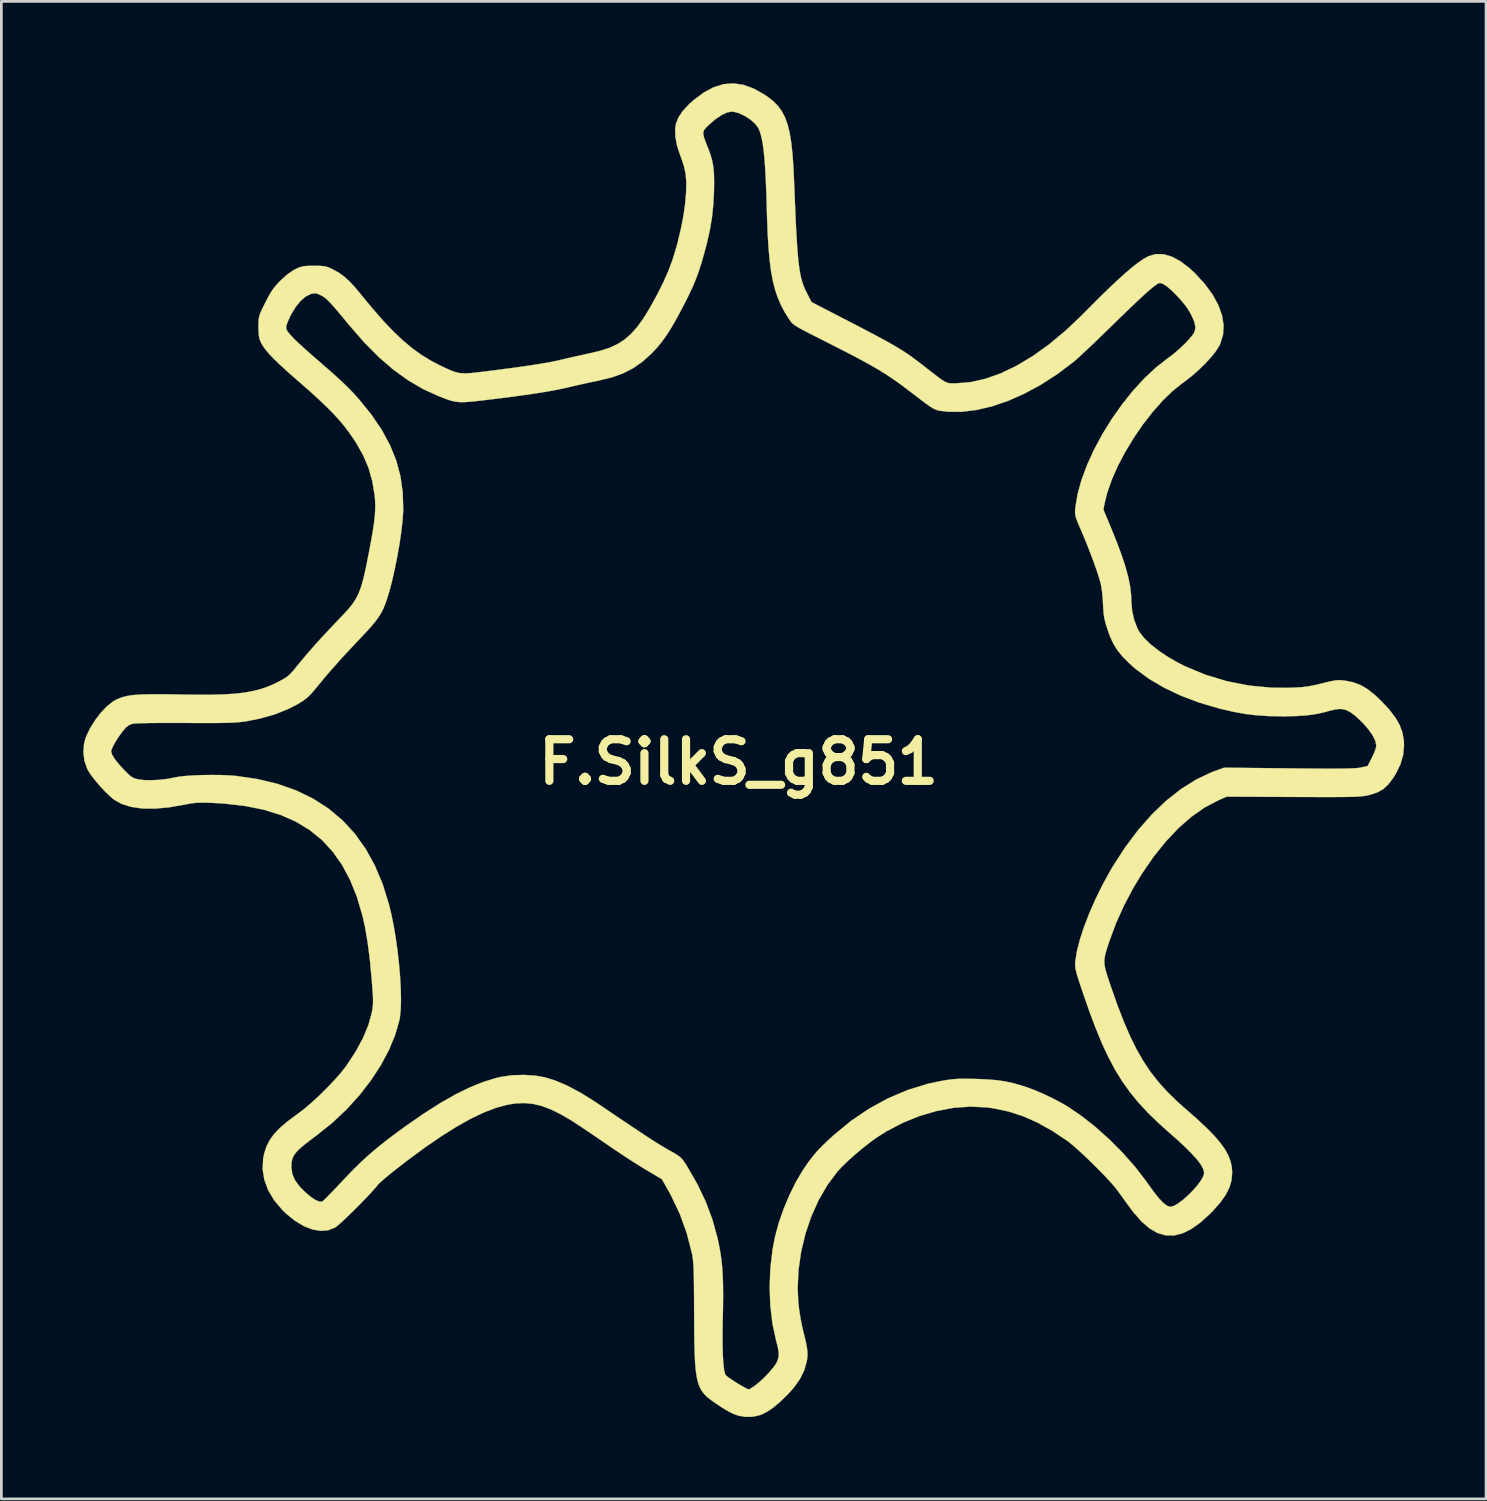
<source format=kicad_pcb>
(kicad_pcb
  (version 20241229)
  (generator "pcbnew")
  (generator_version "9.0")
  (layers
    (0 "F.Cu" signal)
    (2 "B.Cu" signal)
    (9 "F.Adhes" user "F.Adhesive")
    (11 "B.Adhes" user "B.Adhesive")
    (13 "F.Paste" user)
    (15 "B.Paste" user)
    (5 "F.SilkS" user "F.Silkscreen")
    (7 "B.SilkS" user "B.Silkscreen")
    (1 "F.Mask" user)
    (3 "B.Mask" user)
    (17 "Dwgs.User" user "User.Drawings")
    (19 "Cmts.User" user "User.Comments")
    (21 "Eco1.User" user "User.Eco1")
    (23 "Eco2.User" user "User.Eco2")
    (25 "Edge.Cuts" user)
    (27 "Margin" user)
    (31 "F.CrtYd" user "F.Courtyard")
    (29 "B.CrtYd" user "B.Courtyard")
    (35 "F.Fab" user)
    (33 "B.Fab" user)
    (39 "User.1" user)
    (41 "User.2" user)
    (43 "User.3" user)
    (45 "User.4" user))
  (footprint "F.SilkS_g851"
    (layer "F.Cu")
    (at 24.009 24.87)
    (property "Reference" "F.SilkS_g851" (at 0 0 0) (layer "F.SilkS") (effects (font (size 1.524 1.524) (thickness 0.3))))
    (attr through_hole)
    (fp_poly (pts (xy 0.18 -24.811) (xy 0.558 -24.674) (xy 0.948 -24.454) (xy 1.084 -24.361) (xy 1.28 -24.206) (xy 1.447 -24.035) (xy 1.587 -23.842) (xy 1.704 -23.618) (xy 1.799 -23.355) (xy 1.875 -23.045) (xy 1.934 -22.68) (xy 1.98 -22.253) (xy 2.014 -21.756) (xy 2.033 -21.336) (xy 2.059 -20.702) (xy 2.082 -20.145) (xy 2.104 -19.66) (xy 2.127 -19.239) (xy 2.149 -18.877) (xy 2.174 -18.567) (xy 2.2 -18.303) (xy 2.229 -18.076) (xy 2.263 -17.882) (xy 2.3 -17.714) (xy 2.344 -17.565) (xy 2.393 -17.428) (xy 2.449 -17.296) (xy 2.514 -17.165) (xy 2.55 -17.093) (xy 2.677 -16.851) (xy 4.059 -16.137) (xy 4.505 -15.905) (xy 4.884 -15.706) (xy 5.205 -15.535) (xy 5.478 -15.387) (xy 5.71 -15.255) (xy 5.91 -15.136) (xy 6.088 -15.023) (xy 6.252 -14.912) (xy 6.412 -14.798) (xy 6.575 -14.675) (xy 6.655 -14.613) (xy 6.93 -14.398) (xy 7.147 -14.23) (xy 7.315 -14.102) (xy 7.446 -14.008) (xy 7.548 -13.944) (xy 7.631 -13.904) (xy 7.705 -13.883) (xy 7.779 -13.874) (xy 7.864 -13.874) (xy 7.969 -13.875) (xy 7.971 -13.875) (xy 8.499 -13.918) (xy 9.046 -14.041) (xy 9.611 -14.242) (xy 10.188 -14.519) (xy 10.775 -14.87) (xy 11.368 -15.294) (xy 11.964 -15.788) (xy 12.561 -16.351) (xy 12.636 -16.428) (xy 13.088 -16.883) (xy 13.488 -17.277) (xy 13.84 -17.612) (xy 14.149 -17.893) (xy 14.417 -18.121) (xy 14.648 -18.302) (xy 14.846 -18.436) (xy 15.014 -18.529) (xy 15.022 -18.533) (xy 15.289 -18.61) (xy 15.573 -18.605) (xy 15.873 -18.518) (xy 16.187 -18.35) (xy 16.516 -18.101) (xy 16.718 -17.914) (xy 17.081 -17.52) (xy 17.369 -17.128) (xy 17.581 -16.742) (xy 17.716 -16.365) (xy 17.774 -16.001) (xy 17.752 -15.652) (xy 17.649 -15.321) (xy 17.609 -15.238) (xy 17.489 -15.05) (xy 17.312 -14.83) (xy 17.095 -14.595) (xy 16.851 -14.357) (xy 16.596 -14.134) (xy 16.344 -13.939) (xy 16.298 -13.907) (xy 15.926 -13.613) (xy 15.549 -13.25) (xy 15.176 -12.83) (xy 14.815 -12.365) (xy 14.476 -11.871) (xy 14.167 -11.359) (xy 13.896 -10.843) (xy 13.673 -10.337) (xy 13.505 -9.853) (xy 13.419 -9.503) (xy 13.37 -9.249) (xy 13.644 -8.592) (xy 13.861 -8.053) (xy 14.038 -7.578) (xy 14.176 -7.158) (xy 14.278 -6.784) (xy 14.346 -6.446) (xy 14.384 -6.137) (xy 14.393 -5.894) (xy 14.422 -5.539) (xy 14.501 -5.191) (xy 14.624 -4.88) (xy 14.687 -4.768) (xy 14.854 -4.55) (xy 15.092 -4.318) (xy 15.389 -4.083) (xy 15.733 -3.852) (xy 16.112 -3.634) (xy 16.357 -3.51) (xy 17.109 -3.197) (xy 17.893 -2.961) (xy 18.7 -2.802) (xy 19.521 -2.724) (xy 20.143 -2.719) (xy 20.426 -2.729) (xy 20.654 -2.744) (xy 20.853 -2.768) (xy 21.053 -2.805) (xy 21.281 -2.857) (xy 21.372 -2.88) (xy 21.604 -2.936) (xy 21.774 -2.974) (xy 21.904 -2.994) (xy 22.015 -2.999) (xy 22.127 -2.992) (xy 22.254 -2.976) (xy 22.532 -2.918) (xy 22.786 -2.823) (xy 23.031 -2.681) (xy 23.284 -2.484) (xy 23.54 -2.245) (xy 23.837 -1.927) (xy 24.063 -1.634) (xy 24.225 -1.353) (xy 24.327 -1.073) (xy 24.377 -0.783) (xy 24.384 -0.613) (xy 24.352 -0.259) (xy 24.251 0.087) (xy 24.077 0.438) (xy 23.986 0.584) (xy 23.811 0.817) (xy 23.631 0.986) (xy 23.421 1.107) (xy 23.157 1.196) (xy 23.07 1.217) (xy 22.996 1.233) (xy 22.915 1.247) (xy 22.82 1.257) (xy 22.703 1.266) (xy 22.557 1.273) (xy 22.375 1.278) (xy 22.15 1.281) (xy 21.874 1.283) (xy 21.54 1.284) (xy 21.141 1.283) (xy 20.67 1.281) (xy 20.32 1.28) (xy 17.886 1.268) (xy 17.563 1.411) (xy 17.076 1.667) (xy 16.594 2.005) (xy 16.119 2.421) (xy 15.656 2.911) (xy 15.207 3.471) (xy 14.775 4.098) (xy 14.46 4.621) (xy 14.121 5.263) (xy 13.825 5.922) (xy 13.588 6.562) (xy 13.508 6.805) (xy 13.45 6.999) (xy 13.415 7.159) (xy 13.402 7.305) (xy 13.413 7.453) (xy 13.448 7.62) (xy 13.508 7.823) (xy 13.594 8.081) (xy 13.649 8.243) (xy 13.885 8.915) (xy 14.116 9.512) (xy 14.346 10.045) (xy 14.582 10.523) (xy 14.83 10.955) (xy 15.094 11.351) (xy 15.383 11.72) (xy 15.7 12.073) (xy 16.052 12.418) (xy 16.377 12.708) (xy 16.789 13.069) (xy 17.134 13.391) (xy 17.418 13.679) (xy 17.644 13.941) (xy 17.819 14.183) (xy 17.945 14.41) (xy 18.029 14.63) (xy 18.075 14.849) (xy 18.087 15.05) (xy 18.063 15.323) (xy 17.986 15.589) (xy 17.851 15.857) (xy 17.652 16.138) (xy 17.384 16.442) (xy 17.289 16.539) (xy 16.933 16.865) (xy 16.593 17.109) (xy 16.267 17.27) (xy 15.952 17.347) (xy 15.646 17.342) (xy 15.346 17.254) (xy 15.051 17.082) (xy 14.757 16.826) (xy 14.462 16.487) (xy 14.377 16.374) (xy 14.234 16.179) (xy 14.09 15.98) (xy 13.961 15.803) (xy 13.876 15.685) (xy 13.759 15.537) (xy 13.59 15.347) (xy 13.382 15.126) (xy 13.15 14.889) (xy 12.905 14.647) (xy 12.661 14.413) (xy 12.43 14.201) (xy 12.226 14.023) (xy 12.061 13.891) (xy 12.034 13.871) (xy 11.48 13.504) (xy 10.949 13.208) (xy 10.428 12.978) (xy 9.903 12.808) (xy 9.363 12.692) (xy 9.087 12.654) (xy 8.495 12.625) (xy 7.881 12.67) (xy 7.255 12.787) (xy 6.629 12.971) (xy 6.015 13.22) (xy 5.423 13.53) (xy 5.051 13.767) (xy 4.809 13.943) (xy 4.545 14.151) (xy 4.278 14.375) (xy 4.025 14.6) (xy 3.806 14.81) (xy 3.638 14.988) (xy 3.63 14.998) (xy 3.261 15.491) (xy 2.939 16.044) (xy 2.668 16.646) (xy 2.452 17.283) (xy 2.294 17.943) (xy 2.197 18.615) (xy 2.167 19.285) (xy 2.191 19.802) (xy 2.224 20.082) (xy 2.273 20.39) (xy 2.33 20.682) (xy 2.365 20.828) (xy 2.437 21.119) (xy 2.487 21.347) (xy 2.517 21.527) (xy 2.527 21.676) (xy 2.522 21.812) (xy 2.502 21.952) (xy 2.502 21.952) (xy 2.407 22.289) (xy 2.246 22.615) (xy 2.012 22.94) (xy 1.788 23.186) (xy 1.519 23.447) (xy 1.282 23.646) (xy 1.065 23.795) (xy 0.855 23.902) (xy 0.797 23.925) (xy 0.539 23.986) (xy 0.256 23.994) (xy -0.012 23.947) (xy -0.021 23.944) (xy -0.167 23.892) (xy -0.312 23.824) (xy -0.476 23.732) (xy -0.675 23.606) (xy -0.86 23.481) (xy -1.012 23.373) (xy -1.143 23.269) (xy -1.253 23.162) (xy -1.345 23.044) (xy -1.42 22.908) (xy -1.48 22.747) (xy -1.528 22.553) (xy -1.563 22.32) (xy -1.589 22.04) (xy -1.606 21.705) (xy -1.617 21.309) (xy -1.623 20.844) (xy -1.626 20.303) (xy -1.627 20.193) (xy -1.628 19.735) (xy -1.631 19.353) (xy -1.634 19.037) (xy -1.639 18.78) (xy -1.646 18.572) (xy -1.655 18.404) (xy -1.666 18.267) (xy -1.68 18.153) (xy -1.696 18.053) (xy -1.707 18) (xy -1.897 17.263) (xy -2.145 16.573) (xy -2.459 15.908) (xy -2.574 15.697) (xy -2.807 15.285) (xy -3.34 14.97) (xy -3.577 14.826) (xy -3.853 14.653) (xy -4.136 14.47) (xy -4.397 14.297) (xy -4.453 14.259) (xy -4.697 14.093) (xy -4.982 13.899) (xy -5.279 13.696) (xy -5.561 13.505) (xy -5.681 13.423) (xy -6.127 13.131) (xy -6.526 12.899) (xy -6.888 12.722) (xy -7.223 12.598) (xy -7.541 12.523) (xy -7.853 12.495) (xy -8.169 12.509) (xy -8.458 12.555) (xy -8.867 12.664) (xy -9.313 12.833) (xy -9.796 13.062) (xy -10.32 13.354) (xy -10.886 13.709) (xy -11.496 14.128) (xy -12.153 14.613) (xy -12.645 14.995) (xy -12.825 15.14) (xy -12.987 15.277) (xy -13.116 15.391) (xy -13.198 15.471) (xy -13.21 15.485) (xy -13.321 15.619) (xy -13.473 15.788) (xy -13.654 15.98) (xy -13.853 16.186) (xy -14.059 16.393) (xy -14.261 16.591) (xy -14.447 16.769) (xy -14.607 16.915) (xy -14.729 17.018) (xy -14.791 17.062) (xy -15.039 17.157) (xy -15.315 17.178) (xy -15.613 17.126) (xy -15.924 17.005) (xy -16.241 16.816) (xy -16.558 16.563) (xy -16.709 16.417) (xy -17.01 16.061) (xy -17.233 15.689) (xy -17.375 15.305) (xy -17.437 14.913) (xy -17.416 14.518) (xy -17.376 14.331) (xy -17.295 14.085) (xy -17.181 13.858) (xy -17.026 13.641) (xy -16.82 13.423) (xy -16.556 13.194) (xy -16.224 12.944) (xy -16.148 12.89) (xy -15.909 12.708) (xy -15.638 12.476) (xy -15.352 12.211) (xy -15.068 11.93) (xy -14.801 11.65) (xy -14.568 11.386) (xy -14.386 11.154) (xy -14.379 11.144) (xy -14.03 10.614) (xy -13.758 10.113) (xy -13.561 9.637) (xy -13.44 9.196) (xy -13.416 9.071) (xy -13.4 8.958) (xy -13.392 8.842) (xy -13.391 8.706) (xy -13.398 8.536) (xy -13.413 8.315) (xy -13.435 8.027) (xy -13.438 7.99) (xy -13.505 7.267) (xy -13.587 6.625) (xy -13.682 6.062) (xy -13.777 5.634) (xy -13.981 4.945) (xy -14.23 4.325) (xy -14.525 3.772) (xy -14.869 3.283) (xy -15.264 2.857) (xy -15.713 2.492) (xy -16.217 2.186) (xy -16.779 1.938) (xy -17.402 1.746) (xy -18.087 1.609) (xy -18.838 1.523) (xy -19.241 1.499) (xy -19.508 1.49) (xy -19.716 1.488) (xy -19.887 1.496) (xy -20.045 1.515) (xy -20.215 1.545) (xy -20.288 1.56) (xy -20.862 1.661) (xy -21.385 1.708) (xy -21.852 1.702) (xy -22.263 1.642) (xy -22.612 1.53) (xy -22.871 1.385) (xy -23.026 1.257) (xy -23.206 1.083) (xy -23.394 0.881) (xy -23.573 0.671) (xy -23.726 0.472) (xy -23.836 0.303) (xy -23.856 0.266) (xy -23.963 -0.033) (xy -24.004 -0.358) (xy -24.002 -0.385) (xy -22.987 -0.385) (xy -22.954 -0.274) (xy -22.86 -0.118) (xy -22.709 0.074) (xy -22.512 0.29) (xy -22.373 0.431) (xy -22.268 0.523) (xy -22.175 0.58) (xy -22.074 0.616) (xy -21.983 0.637) (xy -21.769 0.663) (xy -21.501 0.667) (xy -21.207 0.652) (xy -20.917 0.617) (xy -20.659 0.566) (xy -20.482 0.535) (xy -20.239 0.509) (xy -19.948 0.49) (xy -19.626 0.478) (xy -19.292 0.474) (xy -18.964 0.477) (xy -18.661 0.49) (xy -18.424 0.508) (xy -17.629 0.623) (xy -16.892 0.8) (xy -16.212 1.039) (xy -15.589 1.341) (xy -15.024 1.705) (xy -14.514 2.132) (xy -14.061 2.623) (xy -13.664 3.177) (xy -13.323 3.795) (xy -13.037 4.477) (xy -12.806 5.223) (xy -12.724 5.559) (xy -12.635 5.995) (xy -12.558 6.457) (xy -12.492 6.932) (xy -12.439 7.406) (xy -12.4 7.868) (xy -12.376 8.305) (xy -12.367 8.703) (xy -12.376 9.05) (xy -12.403 9.333) (xy -12.421 9.44) (xy -12.576 9.987) (xy -12.806 10.545) (xy -13.105 11.107) (xy -13.467 11.662) (xy -13.885 12.203) (xy -14.354 12.72) (xy -14.866 13.204) (xy -15.416 13.647) (xy -15.416 13.648) (xy -15.702 13.861) (xy -15.926 14.037) (xy -16.095 14.183) (xy -16.217 14.309) (xy -16.299 14.425) (xy -16.349 14.54) (xy -16.374 14.662) (xy -16.382 14.803) (xy -16.383 14.847) (xy -16.351 15.084) (xy -16.255 15.314) (xy -16.087 15.547) (xy -15.884 15.754) (xy -15.681 15.926) (xy -15.503 16.045) (xy -15.358 16.106) (xy -15.255 16.105) (xy -15.243 16.099) (xy -15.197 16.058) (xy -15.101 15.964) (xy -14.965 15.825) (xy -14.798 15.652) (xy -14.608 15.452) (xy -14.457 15.292) (xy -14.143 14.964) (xy -13.845 14.671) (xy -13.548 14.397) (xy -13.237 14.132) (xy -12.895 13.86) (xy -12.509 13.569) (xy -12.15 13.309) (xy -11.507 12.865) (xy -10.911 12.486) (xy -10.355 12.171) (xy -9.834 11.916) (xy -9.345 11.719) (xy -8.881 11.577) (xy -8.7 11.535) (xy -8.292 11.477) (xy -7.854 11.464) (xy -7.421 11.495) (xy -7.091 11.553) (xy -6.7 11.675) (xy -6.266 11.863) (xy -5.795 12.113) (xy -5.294 12.423) (xy -5.165 12.509) (xy -4.703 12.822) (xy -4.304 13.091) (xy -3.963 13.32) (xy -3.672 13.514) (xy -3.425 13.678) (xy -3.216 13.814) (xy -3.038 13.928) (xy -2.885 14.024) (xy -2.75 14.105) (xy -2.627 14.177) (xy -2.55 14.221) (xy -2.358 14.329) (xy -2.223 14.413) (xy -2.125 14.488) (xy -2.046 14.572) (xy -1.968 14.681) (xy -1.877 14.825) (xy -1.5 15.482) (xy -1.194 16.126) (xy -0.953 16.774) (xy -0.769 17.445) (xy -0.724 17.653) (xy -0.672 17.93) (xy -0.631 18.203) (xy -0.601 18.485) (xy -0.58 18.789) (xy -0.568 19.128) (xy -0.564 19.516) (xy -0.568 19.965) (xy -0.575 20.339) (xy -0.584 20.889) (xy -0.583 21.356) (xy -0.574 21.742) (xy -0.555 22.05) (xy -0.527 22.279) (xy -0.489 22.433) (xy -0.483 22.448) (xy -0.438 22.495) (xy -0.336 22.571) (xy -0.198 22.665) (xy -0.042 22.764) (xy 0.113 22.857) (xy 0.249 22.932) (xy 0.347 22.978) (xy 0.381 22.987) (xy 0.429 22.964) (xy 0.522 22.905) (xy 0.597 22.853) (xy 0.758 22.724) (xy 0.933 22.562) (xy 1.103 22.386) (xy 1.251 22.215) (xy 1.361 22.066) (xy 1.403 21.992) (xy 1.451 21.869) (xy 1.473 21.75) (xy 1.47 21.615) (xy 1.44 21.444) (xy 1.382 21.215) (xy 1.376 21.194) (xy 1.244 20.581) (xy 1.165 19.921) (xy 1.14 19.233) (xy 1.168 18.536) (xy 1.25 17.85) (xy 1.336 17.399) (xy 1.47 16.901) (xy 1.65 16.382) (xy 1.865 15.868) (xy 2.104 15.385) (xy 2.356 14.957) (xy 2.389 14.908) (xy 2.558 14.664) (xy 2.716 14.456) (xy 2.879 14.263) (xy 3.065 14.069) (xy 3.289 13.853) (xy 3.471 13.686) (xy 4.108 13.16) (xy 4.78 12.704) (xy 5.48 12.321) (xy 6.203 12.015) (xy 6.943 11.787) (xy 7.465 11.678) (xy 7.676 11.644) (xy 7.863 11.621) (xy 8.05 11.608) (xy 8.259 11.604) (xy 8.513 11.607) (xy 8.742 11.613) (xy 9.135 11.63) (xy 9.469 11.658) (xy 9.769 11.702) (xy 10.059 11.765) (xy 10.365 11.851) (xy 10.566 11.916) (xy 10.853 12.024) (xy 11.181 12.165) (xy 11.518 12.326) (xy 11.836 12.494) (xy 12.044 12.614) (xy 12.554 12.959) (xy 13.074 13.368) (xy 13.588 13.828) (xy 14.08 14.322) (xy 14.533 14.836) (xy 14.931 15.353) (xy 14.996 15.446) (xy 15.222 15.76) (xy 15.415 15.999) (xy 15.579 16.167) (xy 15.714 16.266) (xy 15.825 16.298) (xy 15.826 16.298) (xy 15.95 16.265) (xy 16.107 16.175) (xy 16.286 16.041) (xy 16.473 15.876) (xy 16.653 15.693) (xy 16.816 15.506) (xy 16.946 15.328) (xy 17.032 15.172) (xy 17.06 15.058) (xy 17.035 14.929) (xy 16.955 14.773) (xy 16.819 14.586) (xy 16.623 14.366) (xy 16.365 14.107) (xy 16.041 13.808) (xy 15.79 13.588) (xy 15.366 13.207) (xy 14.986 12.836) (xy 14.645 12.467) (xy 14.337 12.089) (xy 14.056 11.694) (xy 13.795 11.27) (xy 13.55 10.81) (xy 13.314 10.304) (xy 13.082 9.741) (xy 12.846 9.113) (xy 12.631 8.493) (xy 12.529 8.192) (xy 12.453 7.959) (xy 12.398 7.782) (xy 12.362 7.646) (xy 12.341 7.541) (xy 12.333 7.453) (xy 12.334 7.37) (xy 12.341 7.29) (xy 12.402 6.92) (xy 12.51 6.497) (xy 12.662 6.033) (xy 12.853 5.539) (xy 13.077 5.029) (xy 13.33 4.514) (xy 13.608 4.007) (xy 13.702 3.845) (xy 14.158 3.137) (xy 14.64 2.494) (xy 15.144 1.921) (xy 15.668 1.42) (xy 16.208 0.994) (xy 16.762 0.646) (xy 17.326 0.378) (xy 17.483 0.319) (xy 17.799 0.207) (xy 20.171 0.232) (xy 20.712 0.238) (xy 21.175 0.241) (xy 21.566 0.243) (xy 21.892 0.243) (xy 22.158 0.241) (xy 22.371 0.236) (xy 22.537 0.23) (xy 22.663 0.221) (xy 22.756 0.21) (xy 22.796 0.203) (xy 23.05 0.148) (xy 23.209 -0.162) (xy 23.284 -0.324) (xy 23.34 -0.473) (xy 23.367 -0.582) (xy 23.368 -0.597) (xy 23.333 -0.772) (xy 23.232 -0.979) (xy 23.071 -1.208) (xy 22.858 -1.449) (xy 22.822 -1.484) (xy 22.601 -1.691) (xy 22.41 -1.833) (xy 22.234 -1.916) (xy 22.057 -1.946) (xy 21.863 -1.928) (xy 21.693 -1.886) (xy 21.391 -1.806) (xy 21.1 -1.747) (xy 20.796 -1.708) (xy 20.46 -1.685) (xy 20.069 -1.675) (xy 19.918 -1.675) (xy 19.428 -1.683) (xy 18.991 -1.711) (xy 18.576 -1.76) (xy 18.153 -1.836) (xy 17.693 -1.942) (xy 17.585 -1.969) (xy 16.871 -2.18) (xy 16.203 -2.433) (xy 15.588 -2.726) (xy 15.033 -3.053) (xy 14.548 -3.412) (xy 14.311 -3.622) (xy 14.069 -3.868) (xy 13.882 -4.096) (xy 13.736 -4.33) (xy 13.614 -4.595) (xy 13.524 -4.844) (xy 13.452 -5.07) (xy 13.406 -5.256) (xy 13.378 -5.439) (xy 13.362 -5.655) (xy 13.357 -5.775) (xy 13.344 -6.006) (xy 13.32 -6.241) (xy 13.29 -6.445) (xy 13.269 -6.548) (xy 13.21 -6.754) (xy 13.123 -7.021) (xy 13.013 -7.331) (xy 12.886 -7.669) (xy 12.749 -8.018) (xy 12.607 -8.362) (xy 12.546 -8.503) (xy 12.453 -8.719) (xy 12.39 -8.877) (xy 12.352 -8.994) (xy 12.333 -9.09) (xy 12.331 -9.184) (xy 12.338 -9.293) (xy 12.34 -9.313) (xy 12.421 -9.808) (xy 12.567 -10.337) (xy 12.772 -10.887) (xy 13.029 -11.449) (xy 13.332 -12.012) (xy 13.673 -12.564) (xy 14.046 -13.095) (xy 14.445 -13.594) (xy 14.862 -14.05) (xy 15.291 -14.452) (xy 15.685 -14.76) (xy 15.92 -14.938) (xy 16.148 -15.131) (xy 16.355 -15.327) (xy 16.529 -15.512) (xy 16.657 -15.673) (xy 16.717 -15.78) (xy 16.741 -15.943) (xy 16.695 -16.15) (xy 16.578 -16.404) (xy 16.46 -16.603) (xy 16.339 -16.77) (xy 16.186 -16.952) (xy 16.016 -17.133) (xy 15.847 -17.298) (xy 15.692 -17.429) (xy 15.569 -17.511) (xy 15.547 -17.522) (xy 15.48 -17.546) (xy 15.424 -17.55) (xy 15.359 -17.525) (xy 15.269 -17.463) (xy 15.135 -17.358) (xy 15.103 -17.332) (xy 15 -17.244) (xy 14.847 -17.106) (xy 14.652 -16.925) (xy 14.425 -16.71) (xy 14.176 -16.471) (xy 13.913 -16.217) (xy 13.695 -16.003) (xy 13.427 -15.741) (xy 13.164 -15.487) (xy 12.916 -15.249) (xy 12.691 -15.037) (xy 12.5 -14.86) (xy 12.351 -14.726) (xy 12.269 -14.656) (xy 11.681 -14.214) (xy 11.084 -13.828) (xy 10.482 -13.501) (xy 9.884 -13.236) (xy 9.295 -13.034) (xy 8.723 -12.899) (xy 8.173 -12.832) (xy 7.653 -12.836) (xy 7.398 -12.867) (xy 7.303 -12.886) (xy 7.215 -12.915) (xy 7.121 -12.961) (xy 7.006 -13.033) (xy 6.858 -13.139) (xy 6.663 -13.286) (xy 6.561 -13.365) (xy 6.284 -13.576) (xy 6.037 -13.762) (xy 5.809 -13.929) (xy 5.59 -14.081) (xy 5.373 -14.224) (xy 5.146 -14.365) (xy 4.901 -14.508) (xy 4.627 -14.661) (xy 4.317 -14.827) (xy 3.96 -15.013) (xy 3.546 -15.224) (xy 3.067 -15.467) (xy 3.021 -15.491) (xy 2.715 -15.645) (xy 2.476 -15.768) (xy 2.294 -15.865) (xy 2.158 -15.942) (xy 2.059 -16.005) (xy 1.987 -16.062) (xy 1.933 -16.116) (xy 1.887 -16.176) (xy 1.85 -16.231) (xy 1.691 -16.485) (xy 1.555 -16.743) (xy 1.439 -17.011) (xy 1.341 -17.299) (xy 1.26 -17.616) (xy 1.194 -17.97) (xy 1.142 -18.37) (xy 1.101 -18.824) (xy 1.069 -19.341) (xy 1.046 -19.93) (xy 1.037 -20.235) (xy 1.02 -20.825) (xy 0.999 -21.337) (xy 0.975 -21.777) (xy 0.947 -22.15) (xy 0.914 -22.464) (xy 0.875 -22.724) (xy 0.83 -22.936) (xy 0.778 -23.107) (xy 0.723 -23.234) (xy 0.608 -23.389) (xy 0.434 -23.541) (xy 0.226 -23.675) (xy 0.008 -23.776) (xy -0.194 -23.828) (xy -0.254 -23.832) (xy -0.421 -23.799) (xy -0.623 -23.703) (xy -0.846 -23.552) (xy -1.076 -23.355) (xy -1.184 -23.252) (xy -1.254 -23.168) (xy -1.29 -23.086) (xy -1.291 -22.99) (xy -1.258 -22.863) (xy -1.193 -22.687) (xy -1.121 -22.506) (xy -1.033 -22.269) (xy -0.968 -22.046) (xy -0.925 -21.818) (xy -0.901 -21.566) (xy -0.894 -21.27) (xy -0.899 -20.911) (xy -0.9 -20.876) (xy -0.926 -20.4) (xy -0.973 -19.953) (xy -1.048 -19.507) (xy -1.153 -19.034) (xy -1.253 -18.653) (xy -1.358 -18.288) (xy -1.459 -17.971) (xy -1.567 -17.679) (xy -1.69 -17.388) (xy -1.84 -17.072) (xy -2.016 -16.722) (xy -2.236 -16.307) (xy -2.435 -15.958) (xy -2.62 -15.663) (xy -2.801 -15.409) (xy -2.986 -15.183) (xy -3.183 -14.973) (xy -3.194 -14.962) (xy -3.522 -14.667) (xy -3.861 -14.429) (xy -4.228 -14.241) (xy -4.641 -14.093) (xy -5.117 -13.977) (xy -5.144 -13.971) (xy -5.367 -13.925) (xy -5.64 -13.866) (xy -5.928 -13.801) (xy -6.2 -13.738) (xy -6.22 -13.733) (xy -6.492 -13.672) (xy -6.789 -13.613) (xy -7.121 -13.555) (xy -7.498 -13.495) (xy -7.928 -13.434) (xy -8.42 -13.368) (xy -8.985 -13.297) (xy -9.225 -13.268) (xy -9.556 -13.229) (xy -9.82 -13.202) (xy -10.03 -13.187) (xy -10.204 -13.186) (xy -10.356 -13.201) (xy -10.502 -13.232) (xy -10.658 -13.28) (xy -10.84 -13.348) (xy -10.983 -13.404) (xy -11.553 -13.663) (xy -12.106 -13.986) (xy -12.649 -14.378) (xy -13.185 -14.842) (xy -13.72 -15.382) (xy -14.26 -16.002) (xy -14.497 -16.29) (xy -14.689 -16.52) (xy -14.843 -16.699) (xy -14.967 -16.834) (xy -15.067 -16.935) (xy -15.151 -17.008) (xy -15.227 -17.061) (xy -15.301 -17.101) (xy -15.306 -17.104) (xy -15.433 -17.159) (xy -15.528 -17.176) (xy -15.631 -17.16) (xy -15.678 -17.146) (xy -15.864 -17.053) (xy -16.053 -16.887) (xy -16.235 -16.661) (xy -16.4 -16.385) (xy -16.433 -16.319) (xy -16.523 -16.117) (xy -16.57 -15.975) (xy -16.575 -15.883) (xy -16.573 -15.872) (xy -16.529 -15.786) (xy -16.44 -15.672) (xy -16.303 -15.525) (xy -16.112 -15.341) (xy -15.863 -15.114) (xy -15.579 -14.864) (xy -15.242 -14.571) (xy -14.961 -14.325) (xy -14.728 -14.116) (xy -14.533 -13.937) (xy -14.368 -13.78) (xy -14.224 -13.636) (xy -14.092 -13.498) (xy -13.964 -13.356) (xy -13.919 -13.305) (xy -13.457 -12.736) (xy -13.075 -12.175) (xy -12.772 -11.616) (xy -12.543 -11.052) (xy -12.388 -10.475) (xy -12.303 -9.88) (xy -12.285 -9.26) (xy -12.288 -9.17) (xy -12.312 -8.824) (xy -12.358 -8.423) (xy -12.422 -7.987) (xy -12.502 -7.535) (xy -12.592 -7.084) (xy -12.689 -6.654) (xy -12.791 -6.262) (xy -12.893 -5.929) (xy -12.936 -5.808) (xy -13.008 -5.631) (xy -13.09 -5.468) (xy -13.189 -5.308) (xy -13.316 -5.137) (xy -13.478 -4.944) (xy -13.686 -4.716) (xy -13.915 -4.474) (xy -14.543 -3.804) (xy -15.106 -3.164) (xy -15.511 -2.673) (xy -15.661 -2.497) (xy -15.811 -2.352) (xy -15.981 -2.225) (xy -16.189 -2.1) (xy -16.456 -1.964) (xy -16.494 -1.946) (xy -16.986 -1.746) (xy -17.546 -1.589) (xy -18.021 -1.496) (xy -18.146 -1.477) (xy -18.276 -1.462) (xy -18.419 -1.45) (xy -18.586 -1.441) (xy -18.786 -1.435) (xy -19.029 -1.431) (xy -19.324 -1.429) (xy -19.682 -1.429) (xy -20.111 -1.431) (xy -20.269 -1.432) (xy -20.774 -1.433) (xy -21.208 -1.432) (xy -21.571 -1.429) (xy -21.858 -1.423) (xy -22.067 -1.414) (xy -22.195 -1.403) (xy -22.225 -1.397) (xy -22.337 -1.351) (xy -22.441 -1.269) (xy -22.561 -1.132) (xy -22.582 -1.105) (xy -22.715 -0.92) (xy -22.832 -0.735) (xy -22.922 -0.57) (xy -22.976 -0.441) (xy -22.987 -0.385) (xy -24.002 -0.385) (xy -23.978 -0.681) (xy -23.909 -0.919) (xy -23.759 -1.234) (xy -23.571 -1.537) (xy -23.359 -1.814) (xy -23.135 -2.047) (xy -22.912 -2.222) (xy -22.805 -2.283) (xy -22.681 -2.338) (xy -22.552 -2.383) (xy -22.41 -2.419) (xy -22.244 -2.446) (xy -22.047 -2.465) (xy -21.808 -2.477) (xy -21.518 -2.483) (xy -21.169 -2.483) (xy -20.751 -2.478) (xy -20.405 -2.472) (xy -19.819 -2.464) (xy -19.309 -2.466) (xy -18.864 -2.478) (xy -18.476 -2.502) (xy -18.135 -2.539) (xy -17.832 -2.591) (xy -17.557 -2.658) (xy -17.301 -2.742) (xy -17.056 -2.843) (xy -16.856 -2.941) (xy -16.675 -3.038) (xy -16.541 -3.125) (xy -16.428 -3.222) (xy -16.312 -3.35) (xy -16.199 -3.489) (xy -15.859 -3.901) (xy -15.458 -4.358) (xy -15.001 -4.854) (xy -14.642 -5.23) (xy -14.439 -5.443) (xy -14.272 -5.63) (xy -14.134 -5.804) (xy -14.021 -5.978) (xy -13.927 -6.162) (xy -13.845 -6.37) (xy -13.772 -6.613) (xy -13.7 -6.905) (xy -13.625 -7.257) (xy -13.551 -7.632) (xy -13.468 -8.07) (xy -13.403 -8.437) (xy -13.356 -8.747) (xy -13.326 -9.011) (xy -13.311 -9.242) (xy -13.309 -9.452) (xy -13.32 -9.652) (xy -13.333 -9.777) (xy -13.419 -10.297) (xy -13.555 -10.774) (xy -13.749 -11.232) (xy -14.011 -11.695) (xy -14.065 -11.779) (xy -14.24 -12.035) (xy -14.422 -12.279) (xy -14.621 -12.519) (xy -14.845 -12.765) (xy -15.103 -13.025) (xy -15.403 -13.31) (xy -15.754 -13.627) (xy -16.151 -13.974) (xy -16.503 -14.283) (xy -16.793 -14.548) (xy -17.027 -14.774) (xy -17.211 -14.968) (xy -17.35 -15.136) (xy -17.451 -15.284) (xy -17.494 -15.363) (xy -17.543 -15.48) (xy -17.572 -15.604) (xy -17.586 -15.761) (xy -17.59 -15.944) (xy -17.588 -16.103) (xy -17.581 -16.224) (xy -17.562 -16.33) (xy -17.525 -16.441) (xy -17.464 -16.579) (xy -17.372 -16.766) (xy -17.342 -16.827) (xy -17.22 -17.063) (xy -17.112 -17.246) (xy -17.002 -17.399) (xy -16.872 -17.547) (xy -16.792 -17.63) (xy -16.549 -17.851) (xy -16.32 -18.013) (xy -16.235 -18.059) (xy -16.107 -18.117) (xy -15.995 -18.153) (xy -15.872 -18.173) (xy -15.712 -18.181) (xy -15.557 -18.182) (xy -15.355 -18.18) (xy -15.209 -18.17) (xy -15.094 -18.147) (xy -14.98 -18.104) (xy -14.854 -18.045) (xy -14.651 -17.933) (xy -14.463 -17.799) (xy -14.275 -17.631) (xy -14.073 -17.417) (xy -13.843 -17.142) (xy -13.832 -17.128) (xy -13.409 -16.615) (xy -13.018 -16.168) (xy -12.652 -15.783) (xy -12.303 -15.452) (xy -11.963 -15.167) (xy -11.625 -14.922) (xy -11.28 -14.71) (xy -10.989 -14.557) (xy -10.729 -14.431) (xy -10.522 -14.34) (xy -10.35 -14.28) (xy -10.191 -14.247) (xy -10.024 -14.238) (xy -9.829 -14.248) (xy -9.585 -14.274) (xy -9.516 -14.282) (xy -8.817 -14.369) (xy -8.201 -14.45) (xy -7.668 -14.526) (xy -7.217 -14.597) (xy -6.847 -14.663) (xy -6.557 -14.724) (xy -6.519 -14.734) (xy -6.259 -14.796) (xy -5.956 -14.865) (xy -5.65 -14.933) (xy -5.41 -14.985) (xy -5.043 -15.073) (xy -4.721 -15.179) (xy -4.435 -15.311) (xy -4.178 -15.476) (xy -3.941 -15.682) (xy -3.714 -15.937) (xy -3.489 -16.248) (xy -3.257 -16.624) (xy -3.01 -17.071) (xy -2.971 -17.145) (xy -2.746 -17.596) (xy -2.563 -18.011) (xy -2.411 -18.421) (xy -2.28 -18.855) (xy -2.224 -19.065) (xy -2.101 -19.584) (xy -2.012 -20.052) (xy -1.952 -20.493) (xy -1.921 -20.867) (xy -1.912 -21.226) (xy -1.937 -21.539) (xy -2.001 -21.841) (xy -2.11 -22.165) (xy -2.142 -22.246) (xy -2.253 -22.584) (xy -2.314 -22.908) (xy -2.322 -23.2) (xy -2.292 -23.39) (xy -2.197 -23.625) (xy -2.036 -23.862) (xy -1.804 -24.11) (xy -1.648 -24.249) (xy -1.276 -24.528) (xy -0.912 -24.724) (xy -0.55 -24.836) (xy -0.187 -24.865) (xy 0.18 -24.811)) (stroke (width 0.01) (type solid)) (fill yes) (layer "F.SilkS")))
  (gr_rect
    (start -3 -3)
    (end 51.398 51.869)
    (stroke (width 0.1) (type default))
    (fill no)
    (layer "Edge.Cuts")))
</source>
